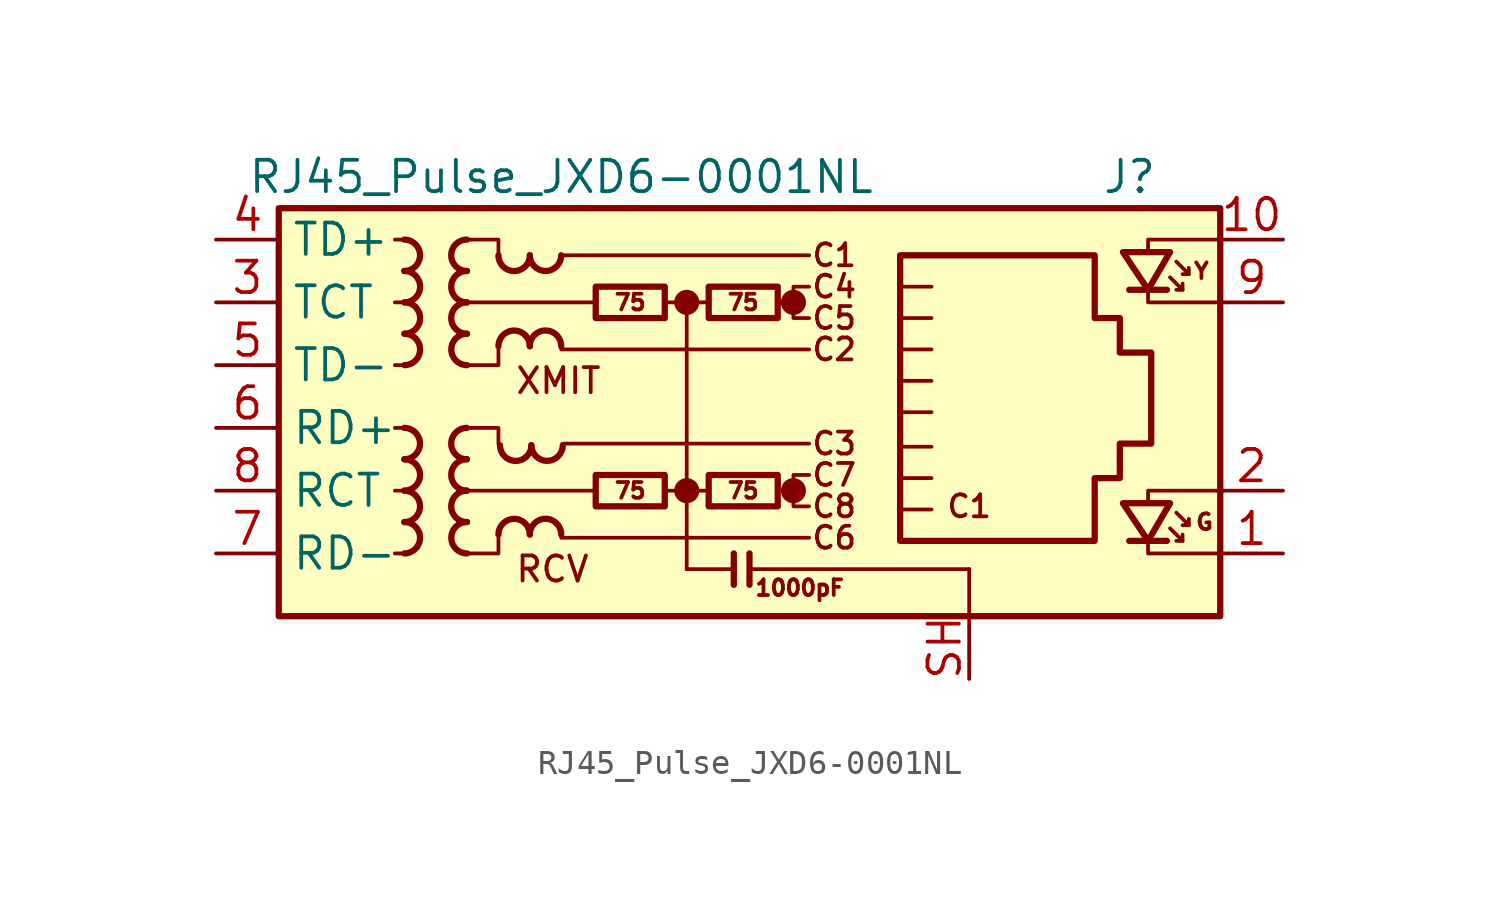
<source format=kicad_sym>
(kicad_symbol_lib
  (version 20241209)
  (generator "kicad_symbol_editor")
  (generator_version "9.0")
  (symbol "RJ45_Pulse_JXD6-0001NL"
    (property "Reference" "J"
      (at 17.78 10.16 0)
      (effects (font (size 1.27 1.27)) (justify right)))
    (property "Value" "RJ45_Pulse_JXD6-0001NL"
      (at -6.35 10.16 0)
      (effects (font (size 1.27 1.27))))
    (symbol "RJ45_Pulse_JXD6-0001NL_0_0"
      (circle (center -1.27 5.08) (radius 0.0001) (stroke (width 0.508) (type default)) (fill (type none)))
      (polyline (pts (xy -1.27 5.08) (xy -1.27 -5.715)) (stroke (width 0) (type default)) (fill (type none)))
      (circle (center -1.27 -2.54) (radius 0.0001) (stroke (width 0.508) (type default)) (fill (type none)))
      (polyline (pts (xy 0.635 -5.08) (xy 0.635 -6.35)) (stroke (width 0.254) (type default)) (fill (type none)))
      (polyline (pts (xy 1.27 -5.08) (xy 1.27 -6.35)) (stroke (width 0.254) (type default)) (fill (type none)))
      (polyline (pts (xy 3.048 5.08) (xy 2.54 5.08)) (stroke (width 0) (type default)) (fill (type none)))
      (circle (center 3.048 5.08) (radius 0.0001) (stroke (width 0.508) (type default)) (fill (type none)))
      (polyline (pts (xy 3.048 -2.54) (xy 2.54 -2.54)) (stroke (width 0) (type default)) (fill (type none)))
      (circle (center 3.048 -2.54) (radius 0.0001) (stroke (width 0.508) (type default)) (fill (type none)))
      (polyline (pts (xy 3.683 5.715) (xy 3.048 5.715) (xy 3.048 4.445) (xy 3.683 4.445)) (stroke (width 0) (type default)) (fill (type none)))
      (polyline (pts (xy 3.683 -1.905) (xy 3.048 -1.905) (xy 3.048 -3.175) (xy 3.683 -3.175)) (stroke (width 0) (type default)) (fill (type none)))
      (polyline (pts (xy 17.399 7.112) (xy 17.399 7.62) (xy 20.32 7.62)) (stroke (width 0) (type default)) (fill (type none)))
      (polyline (pts (xy 17.399 -3.048) (xy 17.399 -2.54) (xy 20.32 -2.54)) (stroke (width 0) (type default)) (fill (type none)))
      (polyline (pts (xy 20.32 5.08) (xy 17.399 5.08) (xy 17.399 5.588)) (stroke (width 0) (type default)) (fill (type none)))
      (polyline (pts (xy 20.32 -5.08) (xy 17.399 -5.08) (xy 17.399 -4.572)) (stroke (width 0) (type default)) (fill (type none)))
      (text "XMIT" (at -8.255 1.905 0) (effects (font (size 1.016 1.016)) (justify left)))
      (text "RCV" (at -8.255 -5.715 0) (effects (font (size 1.016 1.016)) (justify left)))
      (text "C1" (at 4.699 6.985 0) (effects (font (size 0.889 0.889))))
      (text "C4" (at 4.699 5.715 0) (effects (font (size 0.889 0.889))))
      (text "C5" (at 4.699 4.445 0) (effects (font (size 0.889 0.889))))
      (text "C2" (at 4.699 3.175 0) (effects (font (size 0.889 0.889))))
      (text "C3" (at 4.699 -0.635 0) (effects (font (size 0.889 0.889))))
      (text "C7" (at 4.699 -1.905 0) (effects (font (size 0.889 0.889))))
      (text "C8" (at 4.699 -3.175 0) (effects (font (size 0.889 0.889))))
      (text "C6" (at 4.699 -4.445 0) (effects (font (size 0.889 0.889))))
      (text "C1" (at 10.16 -3.175 0) (effects (font (size 0.889 0.889)))))
    (symbol "RJ45_Pulse_JXD6-0001NL_0_1"
      (rectangle (start -17.78 8.89) (end 20.32 -7.62) (stroke (width 0.254) (type default)) (fill (type background)))
      (polyline (pts (xy -12.7 7.62) (xy -13.081 7.62)) (stroke (width 0) (type default)) (fill (type none)))
      (polyline (pts (xy -12.7 5.08) (xy -13.081 5.08)) (stroke (width 0) (type default)) (fill (type none)))
      (polyline (pts (xy -12.7 2.54) (xy -13.081 2.54)) (stroke (width 0) (type default)) (fill (type none)))
      (polyline (pts (xy -12.7 0) (xy -13.081 0)) (stroke (width 0) (type default)) (fill (type none)))
      (polyline (pts (xy -12.7 -2.54) (xy -13.081 -2.54)) (stroke (width 0) (type default)) (fill (type none)))
      (polyline (pts (xy -12.7 -5.08) (xy -13.081 -5.08)) (stroke (width 0) (type default)) (fill (type none)))
      (polyline (pts (xy -10.16 7.62) (xy -8.89 7.62) (xy -8.89 6.985)) (stroke (width 0) (type default)) (fill (type none)))
      (polyline (pts (xy -10.16 0) (xy -8.89 0) (xy -8.89 -0.635)) (stroke (width 0) (type default)) (fill (type none)))
      (polyline (pts (xy -8.89 3.175) (xy -8.89 2.54) (xy -10.16 2.54)) (stroke (width 0) (type default)) (fill (type none)))
      (polyline (pts (xy -8.89 -4.445) (xy -8.89 -5.08) (xy -10.16 -5.08)) (stroke (width 0) (type default)) (fill (type none)))
      (polyline (pts (xy -6.35 6.985) (xy 3.683 6.985)) (stroke (width 0) (type default)) (fill (type none)))
      (polyline (pts (xy -6.35 3.175) (xy 3.683 3.175)) (stroke (width 0) (type default)) (fill (type none)))
      (polyline (pts (xy -6.35 -4.445) (xy 3.683 -4.445)) (stroke (width 0) (type default)) (fill (type none)))
      (polyline (pts (xy -6.223 -0.635) (xy 3.683 -0.635)) (stroke (width 0) (type default)) (fill (type none)))
      (polyline (pts (xy -5.08 -2.54) (xy -10.16 -2.54)) (stroke (width 0) (type default)) (fill (type none)))
      (polyline (pts (xy -4.953 5.08) (xy -10.16 5.08)) (stroke (width 0) (type default)) (fill (type none)))
      (polyline (pts (xy -2.159 5.08) (xy -0.381 5.08)) (stroke (width 0) (type default)) (fill (type none)))
      (polyline (pts (xy -2.159 -2.54) (xy -0.381 -2.54)) (stroke (width 0) (type default)) (fill (type none)))
      (polyline (pts (xy 0.635 -5.715) (xy -1.27 -5.715)) (stroke (width 0) (type default)) (fill (type none)))
      (polyline (pts (xy 7.366 3.175) (xy 8.636 3.175)) (stroke (width 0) (type default)) (fill (type none)))
      (polyline (pts (xy 7.366 1.905) (xy 8.636 1.905)) (stroke (width 0) (type default)) (fill (type none)))
      (polyline (pts (xy 7.366 0.635) (xy 8.636 0.635)) (stroke (width 0) (type default)) (fill (type none)))
      (polyline (pts (xy 7.366 -0.762) (xy 8.636 -0.762)) (stroke (width 0) (type default)) (fill (type none)))
      (polyline (pts (xy 7.366 -2.032) (xy 8.636 -2.032)) (stroke (width 0) (type default)) (fill (type none)))
      (polyline (pts (xy 8.636 5.715) (xy 7.366 5.715)) (stroke (width 0) (type default)) (fill (type none)))
      (polyline (pts (xy 8.636 4.445) (xy 7.366 4.445)) (stroke (width 0) (type default)) (fill (type none)))
      (polyline (pts (xy 8.636 -3.302) (xy 7.366 -3.302)) (stroke (width 0) (type default)) (fill (type none)))
      (polyline (pts (xy 10.16 -5.715) (xy 1.27 -5.715)) (stroke (width 0) (type default)) (fill (type none)))
      (polyline (pts (xy 10.16 -5.715) (xy 10.16 -7.62)) (stroke (width 0) (type default)) (fill (type none))))
    (symbol "RJ45_Pulse_JXD6-0001NL_1_0"
      (text "1000pF" (at 3.302 -6.477 0) (effects (font (size 0.635 0.635)))))
    (symbol "RJ45_Pulse_JXD6-0001NL_1_1"
      (arc (start -12.7 0) (mid -12.0677 -0.635) (end -12.7 -1.27) (stroke (width 0.254) (type default)) (fill (type none)))
      (arc (start -12.6973 7.62) (mid -12.065 6.985) (end -12.6973 6.35) (stroke (width 0.254) (type default)) (fill (type none)))
      (arc (start -12.6973 -1.27) (mid -12.065 -1.905) (end -12.6973 -2.54) (stroke (width 0.254) (type default)) (fill (type none)))
      (arc (start -12.6973 -2.54) (mid -12.065 -3.175) (end -12.6973 -3.81) (stroke (width 0.254) (type default)) (fill (type none)))
      (arc (start -12.6973 -3.81) (mid -12.065 -4.445) (end -12.6973 -5.08) (stroke (width 0.254) (type default)) (fill (type none)))
      (arc (start -12.6946 6.35) (mid -12.0623 5.715) (end -12.6946 5.08) (stroke (width 0.254) (type default)) (fill (type none)))
      (arc (start -12.6946 5.08) (mid -12.0623 4.445) (end -12.6946 3.81) (stroke (width 0.254) (type default)) (fill (type none)))
      (arc (start -12.6946 3.81) (mid -12.0623 3.175) (end -12.6946 2.54) (stroke (width 0.254) (type default)) (fill (type none)))
      (arc (start -10.1654 6.35) (mid -10.7977 6.985) (end -10.1654 7.62) (stroke (width 0.254) (type default)) (fill (type none)))
      (arc (start -10.1654 5.08) (mid -10.7977 5.715) (end -10.1654 6.35) (stroke (width 0.254) (type default)) (fill (type none)))
      (arc (start -10.1654 3.81) (mid -10.7977 4.445) (end -10.1654 5.08) (stroke (width 0.254) (type default)) (fill (type none)))
      (arc (start -10.1654 -1.27) (mid -10.7977 -0.635) (end -10.1654 0) (stroke (width 0.254) (type default)) (fill (type none)))
      (arc (start -10.1654 -2.54) (mid -10.7977 -1.905) (end -10.1654 -1.27) (stroke (width 0.254) (type default)) (fill (type none)))
      (arc (start -10.1654 -3.81) (mid -10.7977 -3.175) (end -10.1654 -2.54) (stroke (width 0.254) (type default)) (fill (type none)))
      (arc (start -10.1627 2.54) (mid -10.795 3.175) (end -10.1627 3.81) (stroke (width 0.254) (type default)) (fill (type none)))
      (arc (start -10.1627 -5.08) (mid -10.795 -4.445) (end -10.1627 -3.81) (stroke (width 0.254) (type default)) (fill (type none)))
      (arc (start -7.62 6.9823) (mid -8.255 6.35) (end -8.89 6.9823) (stroke (width 0.254) (type default)) (fill (type none)))
      (arc (start -8.89 3.3047) (mid -8.255 3.937) (end -7.62 3.3047) (stroke (width 0.254) (type default)) (fill (type none)))
      (arc (start -8.89 -4.3153) (mid -8.255 -3.683) (end -7.62 -4.3153) (stroke (width 0.254) (type default)) (fill (type none)))
      (arc (start -7.5565 -0.7012) (mid -8.1915 -1.3335) (end -8.8265 -0.7012) (stroke (width 0.254) (type default)) (fill (type none)))
      (arc (start -6.35 6.985) (mid -6.985 6.3527) (end -7.62 6.985) (stroke (width 0.254) (type default)) (fill (type none)))
      (arc (start -7.62 3.3074) (mid -6.985 3.9397) (end -6.35 3.3074) (stroke (width 0.254) (type default)) (fill (type none)))
      (arc (start -7.62 -4.3126) (mid -6.985 -3.6803) (end -6.35 -4.3126) (stroke (width 0.254) (type default)) (fill (type none)))
      (arc (start -6.2865 -0.6985) (mid -6.9215 -1.3308) (end -7.5565 -0.6985) (stroke (width 0.254) (type default)) (fill (type none)))
      (rectangle (start -4.953 5.715) (end -2.159 4.445) (stroke (width 0.254) (type default)) (fill (type none)))
      (rectangle (start -4.953 -1.905) (end -2.159 -3.175) (stroke (width 0.254) (type default)) (fill (type none)))
      (rectangle (start -0.381 5.715) (end 2.413 4.445) (stroke (width 0.254) (type default)) (fill (type none)))
      (rectangle (start -0.381 -1.905) (end 2.413 -3.175) (stroke (width 0.254) (type default)) (fill (type none)))
      (polyline (pts (xy 7.366 -4.572) (xy 7.366 6.985) (xy 15.24 6.985) (xy 15.24 4.445) (xy 16.256 4.445) (xy 16.256 3.048) (xy 17.526 3.048) (xy 17.526 -0.635) (xy 16.256 -0.635) (xy 16.256 -2.032) (xy 15.24 -2.032) (xy 15.24 -4.572) (xy 7.366 -4.572)) (stroke (width 0.254) (type default)) (fill (type none)))
      (polyline (pts (xy 18.161 5.588) (xy 16.637 5.588)) (stroke (width 0.254) (type default)) (fill (type none)))
      (polyline (pts (xy 18.161 -4.572) (xy 16.637 -4.572)) (stroke (width 0.254) (type default)) (fill (type none)))
      (polyline (pts (xy 18.288 7.112) (xy 16.383 7.112) (xy 17.399 5.588) (xy 18.288 7.112)) (stroke (width 0.254) (type default)) (fill (type none)))
      (polyline (pts (xy 18.288 6.096) (xy 18.796 5.588) (xy 18.542 5.588)) (stroke (width 0) (type default)) (fill (type none)))
      (polyline (pts (xy 18.288 -3.048) (xy 16.383 -3.048) (xy 17.399 -4.572) (xy 18.288 -3.048)) (stroke (width 0.254) (type default)) (fill (type none)))
      (polyline (pts (xy 18.288 -4.064) (xy 18.796 -4.572) (xy 18.542 -4.572)) (stroke (width 0) (type default)) (fill (type none)))
      (polyline (pts (xy 18.542 6.731) (xy 19.05 6.223) (xy 18.796 6.223)) (stroke (width 0) (type default)) (fill (type none)))
      (polyline (pts (xy 18.542 -3.429) (xy 19.05 -3.937) (xy 18.796 -3.937)) (stroke (width 0) (type default)) (fill (type none)))
      (polyline (pts (xy 18.796 5.588) (xy 18.796 5.842)) (stroke (width 0) (type default)) (fill (type none)))
      (polyline (pts (xy 18.796 -4.572) (xy 18.796 -4.318)) (stroke (width 0) (type default)) (fill (type none)))
      (polyline (pts (xy 19.05 6.223) (xy 19.05 6.477)) (stroke (width 0) (type default)) (fill (type none)))
      (polyline (pts (xy 19.05 -3.937) (xy 19.05 -3.683)) (stroke (width 0) (type default)) (fill (type none)))
      (text "75" (at -3.556 5.08 0) (effects (font (size 0.635 0.635))))
      (text "75" (at -3.556 -2.54 0) (effects (font (size 0.635 0.635))))
      (text "75" (at 1.016 5.08 0) (effects (font (size 0.635 0.635))))
      (text "75" (at 1.016 -2.54 0) (effects (font (size 0.635 0.635))))
      (text "Y" (at 19.558 6.35 0) (effects (font (size 0.635 0.635))))
      (text "G" (at 19.685 -3.81 0) (effects (font (size 0.635 0.635))))
      (pin passive line (at -20.32 7.62 0) (length 2.54) (name "TD+" (effects (font (size 1.27 1.27)))) (number "4" (effects (font (size 1.27 1.27)))))
      (pin passive line (at -20.32 5.08 0) (length 2.54) (name "TCT" (effects (font (size 1.27 1.27)))) (number "3" (effects (font (size 1.27 1.27)))))
      (pin passive line (at -20.32 2.54 0) (length 2.54) (name "TD-" (effects (font (size 1.27 1.27)))) (number "5" (effects (font (size 1.27 1.27)))))
      (pin passive line (at -20.32 0 0) (length 2.54) (name "RD+" (effects (font (size 1.27 1.27)))) (number "6" (effects (font (size 1.27 1.27)))))
      (pin passive line (at -20.32 -2.54 0) (length 2.54) (name "RCT" (effects (font (size 1.27 1.27)))) (number "8" (effects (font (size 1.27 1.27)))))
      (pin passive line (at -20.32 -5.08 0) (length 2.54) (name "RD-" (effects (font (size 1.27 1.27)))) (number "7" (effects (font (size 1.27 1.27)))))
      (pin power_in line (at 10.16 -10.16 90) (length 2.54) (name "" (effects (font (size 1.27 1.27)))) (number "SH" (effects (font (size 1.27 1.27)))))
      (pin passive line (at 22.86 7.62 180) (length 2.54) (name "" (effects (font (size 1.27 1.27)))) (number "10" (effects (font (size 1.27 1.27)))))
      (pin passive line (at 22.86 5.08 180) (length 2.54) (name "" (effects (font (size 1.27 1.27)))) (number "9" (effects (font (size 1.27 1.27)))))
      (pin passive line (at 22.86 -2.54 180) (length 2.54) (name "" (effects (font (size 1.27 1.27)))) (number "2" (effects (font (size 1.27 1.27)))))
      (pin passive line (at 22.86 -5.08 180) (length 2.54) (name "" (effects (font (size 1.27 1.27)))) (number "1" (effects (font (size 1.27 1.27))))))))
</source>
